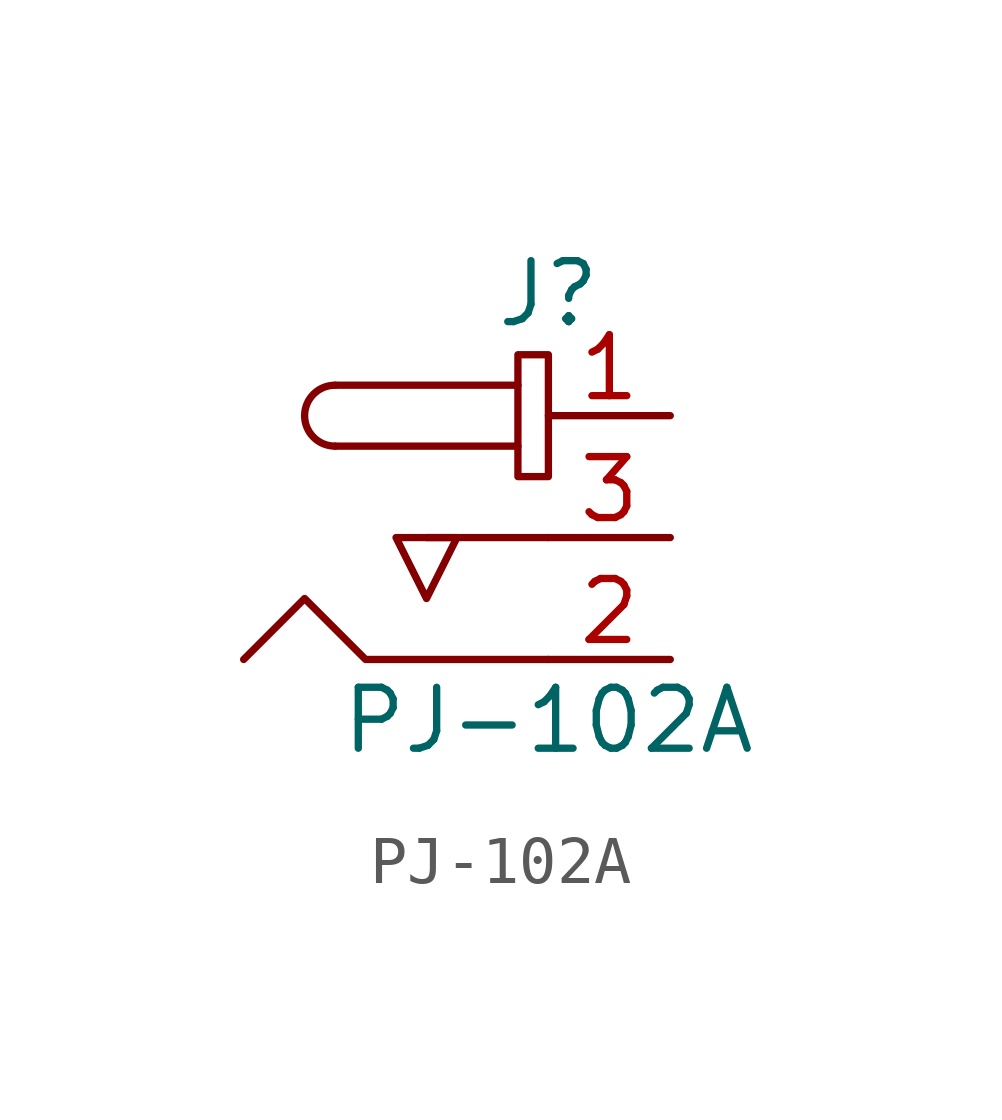
<source format=kicad_sym>
(kicad_symbol_lib
  (version 20201005)
  (generator kicad_symbol_editor)
  (symbol "PJ-102A"
    (pin_names
      (offset 1.016))
    (property "Reference" "J"
      (at 0 2.54 0)
      (effects (font (size 1.27 1.27))))
    (property "Value" "PJ-102A"
      (at 0 -6.35 0)
      (effects (font (size 1.27 1.27))))
    (symbol "PJ-102A_0_1"
      (arc (start -4.445 0.635) (end -4.445 -0.635) (radius (at -4.445 0) (length 0.635) (angles 90.1 -90.1)) (stroke (width 0)) (fill (type none)))
      (rectangle (start -0.635 1.27) (end 0 -1.27) (stroke (width 0)) (fill (type none)))
      (polyline (pts (xy -0.635 -0.635) (xy -4.445 -0.635)) (stroke (width 0)) (fill (type none)))
      (polyline (pts (xy -0.635 0.635) (xy -4.445 0.635)) (stroke (width 0)) (fill (type none)))
      (polyline (pts (xy 0 -2.54) (xy -1.27 -2.54) (xy -2.54 -2.54)) (stroke (width 0)) (fill (type none)))
      (polyline (pts (xy 0 -5.08) (xy -3.81 -5.08) (xy -5.08 -3.81) (xy -6.35 -5.08)) (stroke (width 0)) (fill (type none)))
      (polyline (pts (xy -2.54 -2.54) (xy -3.175 -2.54) (xy -2.54 -3.81) (xy -1.905 -2.54) (xy -2.54 -2.54)) (stroke (width 0)) (fill (type none))))
    (symbol "PJ-102A_1_1"
      (pin passive line (at 2.54 0 180) (length 2.54) (name "~" (effects (font (size 1.27 1.27)))) (number "1" (effects (font (size 1.27 1.27)))))
      (pin passive line (at 2.54 -5.08 180) (length 2.54) (name "~" (effects (font (size 1.27 1.27)))) (number "2" (effects (font (size 1.27 1.27)))))
      (pin passive line (at 2.54 -2.54 180) (length 2.54) (name "~" (effects (font (size 1.27 1.27)))) (number "3" (effects (font (size 1.27 1.27))))))))
</source>
